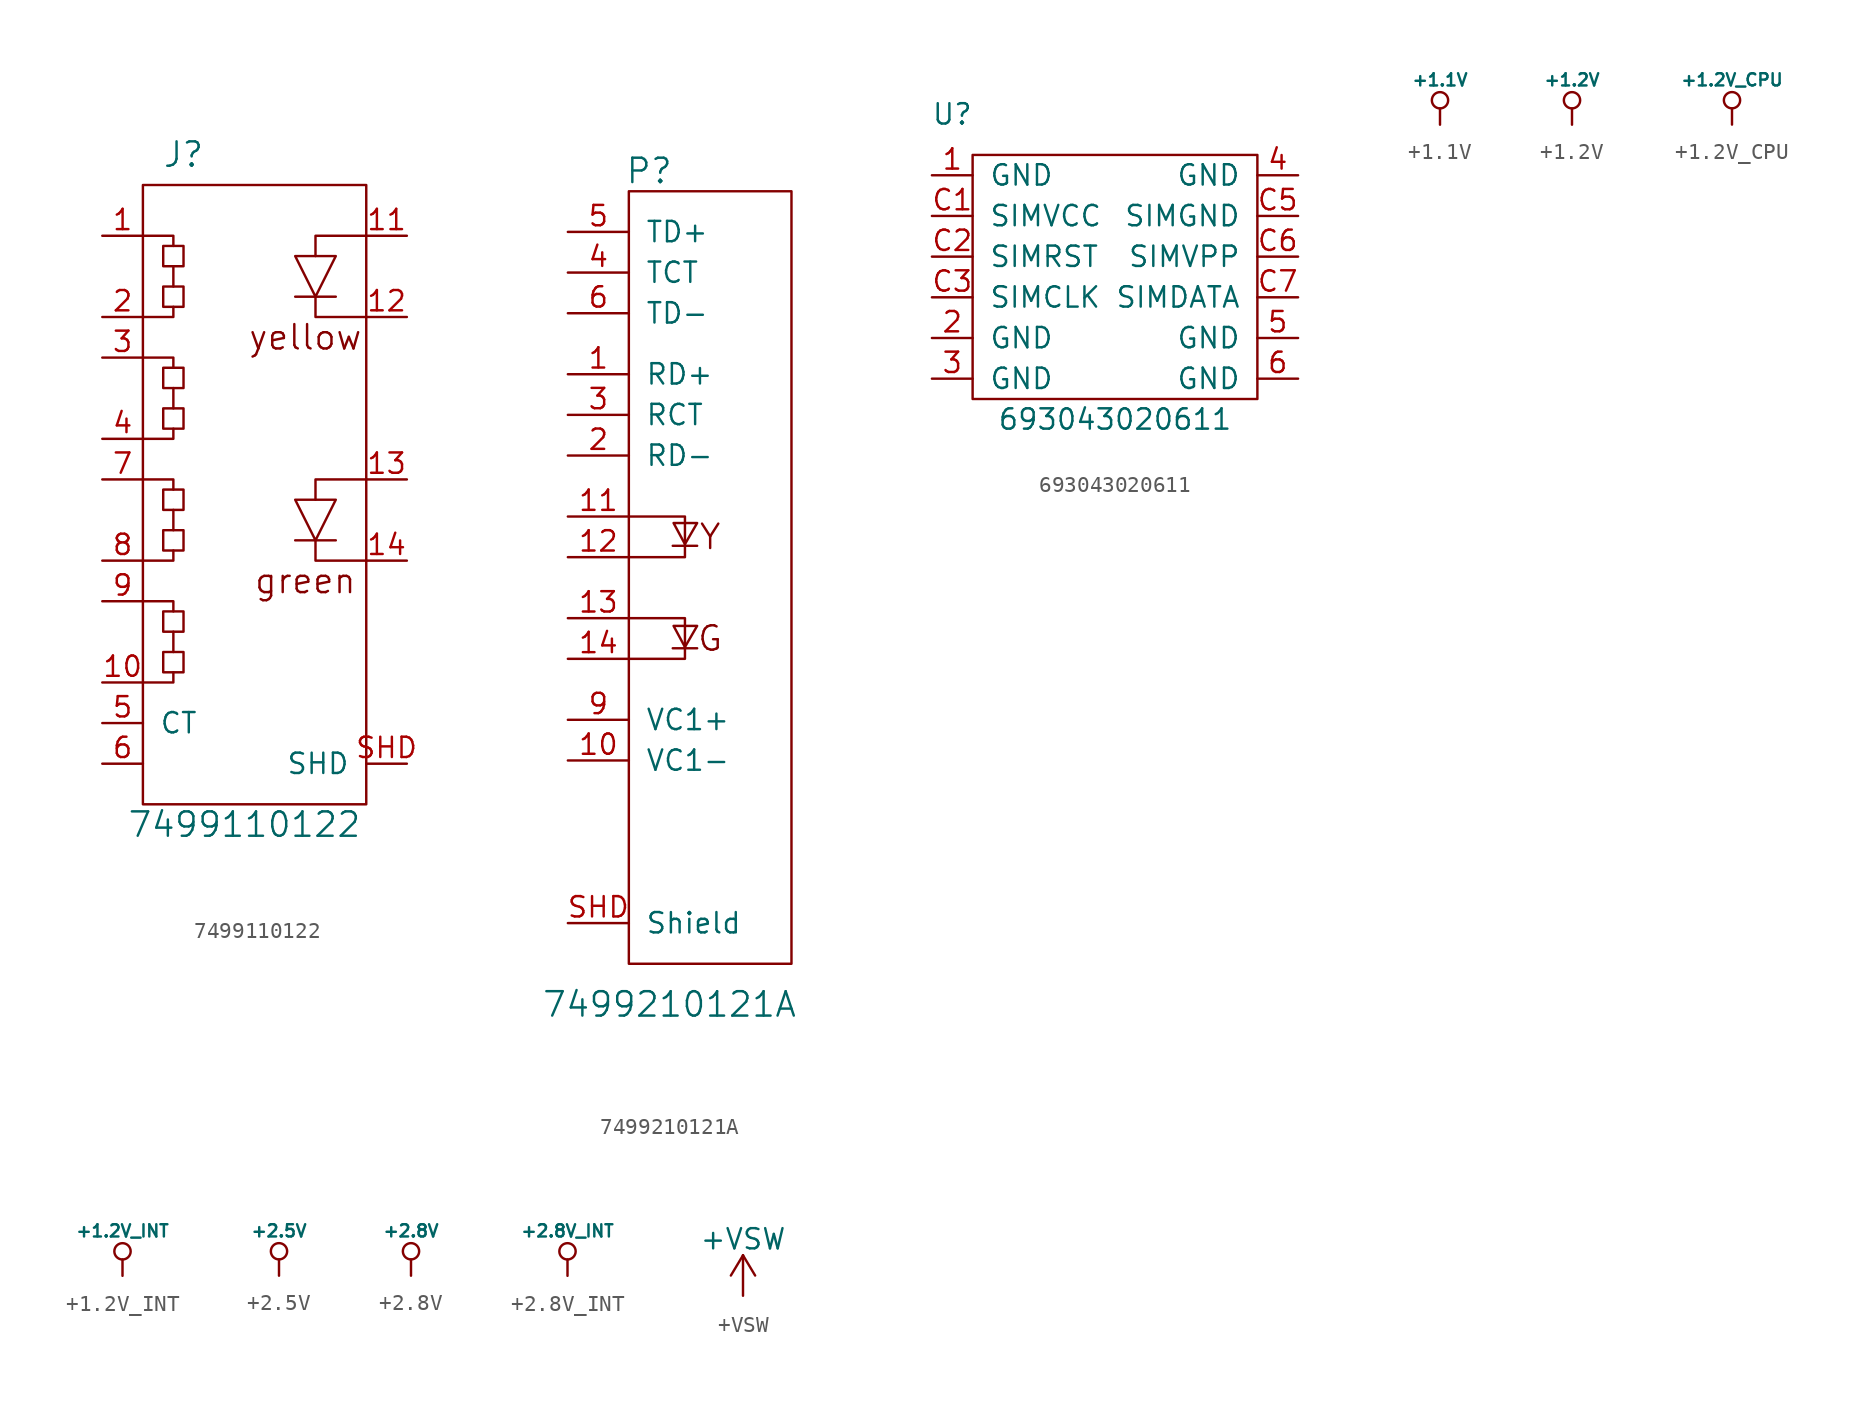
<source format=kicad_sym>
(kicad_symbol_lib
  (version 20211014)
  (generator kicad_symbol_editor)
  (symbol "7499110122"
    (pin_names
      (offset 1.016))
    (property "Reference" "J"
      (at -5.08 20.32 0)
      (effects (font (size 1.524 1.524))))
    (property "Value" "7499110122"
      (at -1.27 -21.59 0)
      (effects (font (size 1.524 1.524))))
    (symbol "7499110122_1_0"
      (text "green" (at 2.54 -6.35 0) (effects (font (size 1.524 1.524))))
      (text "yellow" (at 2.54 8.89 0) (effects (font (size 1.524 1.524)))))
    (symbol "7499110122_1_1"
      (rectangle (start -7.62 -20.32) (end 6.35 18.415) (stroke (width 0) (type default) (color 0 0 0 0)) (fill (type none)))
      (rectangle (start -6.35 -10.795) (end -5.08 -12.065) (stroke (width 0) (type default) (color 0 0 0 0)) (fill (type none)))
      (rectangle (start -6.35 -8.255) (end -5.08 -9.525) (stroke (width 0) (type default) (color 0 0 0 0)) (fill (type none)))
      (rectangle (start -6.35 -3.175) (end -5.08 -4.445) (stroke (width 0) (type default) (color 0 0 0 0)) (fill (type none)))
      (rectangle (start -6.35 -0.635) (end -5.08 -1.905) (stroke (width 0) (type default) (color 0 0 0 0)) (fill (type none)))
      (rectangle (start -6.35 4.445) (end -5.08 3.175) (stroke (width 0) (type default) (color 0 0 0 0)) (fill (type none)))
      (rectangle (start -6.35 6.985) (end -5.08 5.715) (stroke (width 0) (type default) (color 0 0 0 0)) (fill (type none)))
      (rectangle (start -6.35 12.065) (end -5.08 10.795) (stroke (width 0) (type default) (color 0 0 0 0)) (fill (type none)))
      (rectangle (start -6.35 14.605) (end -5.08 13.335) (stroke (width 0) (type default) (color 0 0 0 0)) (fill (type none)))
      (polyline (pts (xy -5.715 -9.525) (xy -5.715 -10.795)) (stroke (width 0) (type default) (color 0 0 0 0)) (fill (type none)))
      (polyline (pts (xy -5.715 -1.905) (xy -5.715 -3.175)) (stroke (width 0) (type default) (color 0 0 0 0)) (fill (type none)))
      (polyline (pts (xy -5.715 5.715) (xy -5.715 4.445)) (stroke (width 0) (type default) (color 0 0 0 0)) (fill (type none)))
      (polyline (pts (xy -5.715 13.335) (xy -5.715 12.065)) (stroke (width 0) (type default) (color 0 0 0 0)) (fill (type none)))
      (polyline (pts (xy 1.905 -3.81) (xy 4.445 -3.81)) (stroke (width 0) (type default) (color 0 0 0 0)) (fill (type none)))
      (polyline (pts (xy 1.905 11.43) (xy 4.445 11.43)) (stroke (width 0) (type default) (color 0 0 0 0)) (fill (type none)))
      (polyline (pts (xy -7.62 -12.7) (xy -5.715 -12.7) (xy -5.715 -12.065)) (stroke (width 0) (type default) (color 0 0 0 0)) (fill (type none)))
      (polyline (pts (xy -7.62 -5.08) (xy -5.715 -5.08) (xy -5.715 -4.445)) (stroke (width 0) (type default) (color 0 0 0 0)) (fill (type none)))
      (polyline (pts (xy -7.62 2.54) (xy -5.715 2.54) (xy -5.715 3.175)) (stroke (width 0) (type default) (color 0 0 0 0)) (fill (type none)))
      (polyline (pts (xy -7.62 10.16) (xy -5.715 10.16) (xy -5.715 10.795)) (stroke (width 0) (type default) (color 0 0 0 0)) (fill (type none)))
      (polyline (pts (xy -5.715 -8.255) (xy -5.715 -7.62) (xy -7.62 -7.62)) (stroke (width 0) (type default) (color 0 0 0 0)) (fill (type none)))
      (polyline (pts (xy -5.715 -0.635) (xy -5.715 0) (xy -7.62 0)) (stroke (width 0) (type default) (color 0 0 0 0)) (fill (type none)))
      (polyline (pts (xy -5.715 6.985) (xy -5.715 7.62) (xy -7.62 7.62)) (stroke (width 0) (type default) (color 0 0 0 0)) (fill (type none)))
      (polyline (pts (xy -5.715 14.605) (xy -5.715 15.24) (xy -7.62 15.24)) (stroke (width 0) (type default) (color 0 0 0 0)) (fill (type none)))
      (polyline (pts (xy 3.175 -1.27) (xy 3.175 0) (xy 6.35 0)) (stroke (width 0) (type default) (color 0 0 0 0)) (fill (type none)))
      (polyline (pts (xy 3.175 13.97) (xy 3.175 15.24) (xy 6.35 15.24)) (stroke (width 0) (type default) (color 0 0 0 0)) (fill (type none)))
      (polyline (pts (xy 6.35 -5.08) (xy 3.175 -5.08) (xy 3.175 -3.81)) (stroke (width 0) (type default) (color 0 0 0 0)) (fill (type none)))
      (polyline (pts (xy 6.35 10.16) (xy 3.175 10.16) (xy 3.175 11.43)) (stroke (width 0) (type default) (color 0 0 0 0)) (fill (type none)))
      (polyline (pts (xy 1.905 -1.27) (xy 4.445 -1.27) (xy 3.175 -3.81) (xy 1.905 -1.27)) (stroke (width 0) (type default) (color 0 0 0 0)) (fill (type none)))
      (polyline (pts (xy 1.905 13.97) (xy 4.445 13.97) (xy 3.175 11.43) (xy 1.905 13.97)) (stroke (width 0) (type default) (color 0 0 0 0)) (fill (type none)))
      (pin passive line (at -10.16 15.24 0) (length 2.54) (name "~" (effects (font (size 1.27 1.27)))) (number "1" (effects (font (size 1.27 1.27)))))
      (pin passive line (at -10.16 -12.7 0) (length 2.54) (name "~" (effects (font (size 1.27 1.27)))) (number "10" (effects (font (size 1.27 1.27)))))
      (pin passive line (at 8.89 15.24 180) (length 2.54) (name "~" (effects (font (size 1.27 1.27)))) (number "11" (effects (font (size 1.27 1.27)))))
      (pin passive line (at 8.89 10.16 180) (length 2.54) (name "~" (effects (font (size 1.27 1.27)))) (number "12" (effects (font (size 1.27 1.27)))))
      (pin passive line (at 8.89 0 180) (length 2.54) (name "~" (effects (font (size 1.27 1.27)))) (number "13" (effects (font (size 1.27 1.27)))))
      (pin passive line (at 8.89 -5.08 180) (length 2.54) (name "~" (effects (font (size 1.27 1.27)))) (number "14" (effects (font (size 1.27 1.27)))))
      (pin passive line (at -10.16 10.16 0) (length 2.54) (name "~" (effects (font (size 1.27 1.27)))) (number "2" (effects (font (size 1.27 1.27)))))
      (pin passive line (at -10.16 7.62 0) (length 2.54) (name "~" (effects (font (size 1.27 1.27)))) (number "3" (effects (font (size 1.27 1.27)))))
      (pin passive line (at -10.16 2.54 0) (length 2.54) (name "~" (effects (font (size 1.27 1.27)))) (number "4" (effects (font (size 1.27 1.27)))))
      (pin passive line (at -10.16 -15.24 0) (length 2.54) (name "CT" (effects (font (size 1.27 1.27)))) (number "5" (effects (font (size 1.27 1.27)))))
      (pin passive line (at -10.16 -17.78 0) (length 2.54) (name "~" (effects (font (size 1.27 1.27)))) (number "6" (effects (font (size 1.27 1.27)))))
      (pin passive line (at -10.16 0 0) (length 2.54) (name "~" (effects (font (size 1.27 1.27)))) (number "7" (effects (font (size 1.27 1.27)))))
      (pin passive line (at -10.16 -5.08 0) (length 2.54) (name "~" (effects (font (size 1.27 1.27)))) (number "8" (effects (font (size 1.27 1.27)))))
      (pin passive line (at -10.16 -7.62 0) (length 2.54) (name "~" (effects (font (size 1.27 1.27)))) (number "9" (effects (font (size 1.27 1.27)))))
      (pin passive line (at 8.89 -17.78 180) (length 2.54) (name "SHD" (effects (font (size 1.27 1.27)))) (number "SHD" (effects (font (size 1.27 1.27)))))))
  (symbol "7499210121A"
    (pin_names
      (offset 1.016))
    (property "Reference" "P"
      (at -8.89 19.05 0)
      (effects (font (size 1.524 1.524))))
    (property "Value" "7499210121A"
      (at -7.62 -33.02 0)
      (effects (font (size 1.524 1.524))))
    (property "Footprint" ""
      (at 0 0 0)
      (effects (font (size 1.524 1.524))))
    (property "Datasheet" ""
      (at 0 0 0)
      (effects (font (size 1.524 1.524))))
    (symbol "7499210121A_0_0"
      (text "G" (at -5.08 -10.16 0) (effects (font (size 1.524 1.524))))
      (text "Y" (at -5.08 -3.81 0) (effects (font (size 1.524 1.524)))))
    (symbol "7499210121A_0_1"
      (rectangle (start -10.16 17.78) (end 0 -30.48) (stroke (width 0) (type default) (color 0 0 0 0)) (fill (type none)))
      (polyline (pts (xy -7.417 -10.77) (xy -5.893 -10.77)) (stroke (width 0) (type default) (color 0 0 0 0)) (fill (type none)))
      (polyline (pts (xy -7.417 -4.369) (xy -5.893 -4.369)) (stroke (width 0) (type default) (color 0 0 0 0)) (fill (type none)))
      (polyline (pts (xy -10.16 -8.89) (xy -6.655 -8.89) (xy -6.655 -11.43) (xy -10.16 -11.43)) (stroke (width 0) (type default) (color 0 0 0 0)) (fill (type none)))
      (polyline (pts (xy -10.16 -2.54) (xy -6.655 -2.54) (xy -6.655 -5.08) (xy -10.16 -5.08)) (stroke (width 0) (type default) (color 0 0 0 0)) (fill (type none)))
      (polyline (pts (xy -6.655 -10.693) (xy -7.366 -9.373) (xy -5.893 -9.373) (xy -6.655 -10.693)) (stroke (width 0) (type default) (color 0 0 0 0)) (fill (type none)))
      (polyline (pts (xy -6.655 -4.267) (xy -7.366 -2.946) (xy -5.893 -2.946) (xy -6.655 -4.267)) (stroke (width 0) (type default) (color 0 0 0 0)) (fill (type none))))
    (symbol "7499210121A_1_1"
      (pin passive line (at -13.97 6.35 0) (length 3.81) (name "RD+" (effects (font (size 1.27 1.27)))) (number "1" (effects (font (size 1.27 1.27)))))
      (pin passive line (at -13.97 -17.78 0) (length 3.81) (name "VC1-" (effects (font (size 1.27 1.27)))) (number "10" (effects (font (size 1.27 1.27)))))
      (pin passive line (at -13.97 -2.54 0) (length 3.81) (name "~" (effects (font (size 1.27 1.27)))) (number "11" (effects (font (size 1.27 1.27)))))
      (pin passive line (at -13.97 -5.08 0) (length 3.81) (name "~" (effects (font (size 1.27 1.27)))) (number "12" (effects (font (size 1.27 1.27)))))
      (pin passive line (at -13.97 -8.89 0) (length 3.81) (name "~" (effects (font (size 1.27 1.27)))) (number "13" (effects (font (size 1.27 1.27)))))
      (pin passive line (at -13.97 -11.43 0) (length 3.81) (name "~" (effects (font (size 1.27 1.27)))) (number "14" (effects (font (size 1.27 1.27)))))
      (pin passive line (at -13.97 1.27 0) (length 3.81) (name "RD-" (effects (font (size 1.27 1.27)))) (number "2" (effects (font (size 1.27 1.27)))))
      (pin passive line (at -13.97 3.81 0) (length 3.81) (name "RCT" (effects (font (size 1.27 1.27)))) (number "3" (effects (font (size 1.27 1.27)))))
      (pin passive line (at -13.97 12.7 0) (length 3.81) (name "TCT" (effects (font (size 1.27 1.27)))) (number "4" (effects (font (size 1.27 1.27)))))
      (pin passive line (at -13.97 15.24 0) (length 3.81) (name "TD+" (effects (font (size 1.27 1.27)))) (number "5" (effects (font (size 1.27 1.27)))))
      (pin passive line (at -13.97 10.16 0) (length 3.81) (name "TD-" (effects (font (size 1.27 1.27)))) (number "6" (effects (font (size 1.27 1.27)))))
      (pin passive line (at -13.97 -15.24 0) (length 3.81) (name "VC1+" (effects (font (size 1.27 1.27)))) (number "9" (effects (font (size 1.27 1.27)))))
      (pin passive line (at -13.97 -27.94 0) (length 3.81) (name "Shield" (effects (font (size 1.27 1.27)))) (number "SHD" (effects (font (size 1.27 1.27)))))))
  (symbol "693043020611"
    (pin_names
      (offset 1.016))
    (property "Reference" "U"
      (at -10.16 10.16 0)
      (effects (font (size 1.27 1.27))))
    (property "Value" "693043020611"
      (at 0 -8.89 0)
      (effects (font (size 1.27 1.27))))
    (symbol "693043020611_0_1"
      (rectangle (start -8.89 7.62) (end 8.89 -7.62) (stroke (width 0) (type default) (color 0 0 0 0)) (fill (type none))))
    (symbol "693043020611_1_1"
      (pin passive line (at -11.43 6.35 0) (length 2.54) (name "GND" (effects (font (size 1.27 1.27)))) (number "1" (effects (font (size 1.27 1.27)))))
      (pin passive line (at -11.43 -3.81 0) (length 2.54) (name "GND" (effects (font (size 1.27 1.27)))) (number "2" (effects (font (size 1.27 1.27)))))
      (pin passive line (at -11.43 -6.35 0) (length 2.54) (name "GND" (effects (font (size 1.27 1.27)))) (number "3" (effects (font (size 1.27 1.27)))))
      (pin passive line (at 11.43 6.35 180) (length 2.54) (name "GND" (effects (font (size 1.27 1.27)))) (number "4" (effects (font (size 1.27 1.27)))))
      (pin passive line (at 11.43 -3.81 180) (length 2.54) (name "GND" (effects (font (size 1.27 1.27)))) (number "5" (effects (font (size 1.27 1.27)))))
      (pin passive line (at 11.43 -6.35 180) (length 2.54) (name "GND" (effects (font (size 1.27 1.27)))) (number "6" (effects (font (size 1.27 1.27)))))
      (pin passive line (at -11.43 3.81 0) (length 2.54) (name "SIMVCC" (effects (font (size 1.27 1.27)))) (number "C1" (effects (font (size 1.27 1.27)))))
      (pin passive line (at -11.43 1.27 0) (length 2.54) (name "SIMRST" (effects (font (size 1.27 1.27)))) (number "C2" (effects (font (size 1.27 1.27)))))
      (pin passive line (at -11.43 -1.27 0) (length 2.54) (name "SIMCLK" (effects (font (size 1.27 1.27)))) (number "C3" (effects (font (size 1.27 1.27)))))
      (pin passive line (at 11.43 3.81 180) (length 2.54) (name "SIMGND" (effects (font (size 1.27 1.27)))) (number "C5" (effects (font (size 1.27 1.27)))))
      (pin passive line (at 11.43 1.27 180) (length 2.54) (name "SIMVPP" (effects (font (size 1.27 1.27)))) (number "C6" (effects (font (size 1.27 1.27)))))
      (pin passive line (at 11.43 -1.27 180) (length 2.54) (name "SIMDATA" (effects (font (size 1.27 1.27)))) (number "C7" (effects (font (size 1.27 1.27)))))))
  (symbol "+1.1V"
    (power)
    (pin_names
      (offset 0))
    (property "Reference" "#PWR"
      (at 0 3.556 0)
      (effects (font (size 0.508 0.508)) hide))
    (property "Value" "+1.1V"
      (at 0 2.794 0)
      (effects (font (size 0.762 0.762))))
    (property "Footprint" ""
      (at 0 0 0)
      (effects (font (size 1.524 1.524))))
    (property "Datasheet" ""
      (at 0 0 0)
      (effects (font (size 1.524 1.524))))
    (symbol "+1.1V_0_0"
      (polyline (pts (xy 0 0) (xy 0 1.016) (xy 0 1.016)) (stroke (width 0) (type default) (color 0 0 0 0)) (fill (type none)))
      (pin power_in line (at 0 0 90) (length 0) hide (name "+1.1V" (effects (font (size 0.508 0.508)))) (number "1" (effects (font (size 0.508 0.508))))))
    (symbol "+1.1V_0_1"
      (circle (center 0 1.524) (radius 0.508) (stroke (width 0) (type default) (color 0 0 0 0)) (fill (type none)))))
  (symbol "+1.2V"
    (power)
    (pin_names
      (offset 0))
    (property "Reference" "#PWR"
      (at 0 3.556 0)
      (effects (font (size 0.508 0.508)) hide))
    (property "Value" "+1.2V"
      (at 0 2.794 0)
      (effects (font (size 0.762 0.762))))
    (property "Footprint" ""
      (at 0 0 0)
      (effects (font (size 1.524 1.524))))
    (property "Datasheet" ""
      (at 0 0 0)
      (effects (font (size 1.524 1.524))))
    (symbol "+1.2V_0_0"
      (polyline (pts (xy 0 0) (xy 0 1.016) (xy 0 1.016)) (stroke (width 0) (type default) (color 0 0 0 0)) (fill (type none)))
      (pin power_in line (at 0 0 90) (length 0) hide (name "+1.2V" (effects (font (size 0.508 0.508)))) (number "1" (effects (font (size 0.508 0.508))))))
    (symbol "+1.2V_0_1"
      (circle (center 0 1.524) (radius 0.508) (stroke (width 0) (type default) (color 0 0 0 0)) (fill (type none)))))
  (symbol "+1.2V_CPU"
    (power)
    (pin_names
      (offset 0))
    (property "Reference" "#PWR"
      (at 0 3.556 0)
      (effects (font (size 0.508 0.508)) hide))
    (property "Value" "+1.2V_CPU"
      (at 0 2.794 0)
      (effects (font (size 0.762 0.762))))
    (property "Footprint" ""
      (at 0 0 0)
      (effects (font (size 1.524 1.524))))
    (property "Datasheet" ""
      (at 0 0 0)
      (effects (font (size 1.524 1.524))))
    (symbol "+1.2V_CPU_0_0"
      (polyline (pts (xy 0 0) (xy 0 1.016) (xy 0 1.016)) (stroke (width 0) (type default) (color 0 0 0 0)) (fill (type none)))
      (pin power_in line (at 0 0 90) (length 0) hide (name "+1.2V_CPU" (effects (font (size 0.508 0.508)))) (number "1" (effects (font (size 0.508 0.508))))))
    (symbol "+1.2V_CPU_0_1"
      (circle (center 0 1.524) (radius 0.508) (stroke (width 0) (type default) (color 0 0 0 0)) (fill (type none)))))
  (symbol "+1.2V_INT"
    (power)
    (pin_names
      (offset 0))
    (property "Reference" "#PWR"
      (at 0 3.556 0)
      (effects (font (size 0.508 0.508)) hide))
    (property "Value" "+1.2V_INT"
      (at 0 2.794 0)
      (effects (font (size 0.762 0.762))))
    (property "Footprint" ""
      (at 0 0 0)
      (effects (font (size 1.524 1.524))))
    (property "Datasheet" ""
      (at 0 0 0)
      (effects (font (size 1.524 1.524))))
    (symbol "+1.2V_INT_0_0"
      (polyline (pts (xy 0 0) (xy 0 1.016) (xy 0 1.016)) (stroke (width 0) (type default) (color 0 0 0 0)) (fill (type none)))
      (pin power_in line (at 0 0 90) (length 0) hide (name "+1.2V_INT" (effects (font (size 0.508 0.508)))) (number "1" (effects (font (size 0.508 0.508))))))
    (symbol "+1.2V_INT_0_1"
      (circle (center 0 1.524) (radius 0.508) (stroke (width 0) (type default) (color 0 0 0 0)) (fill (type none)))))
  (symbol "+2.5V"
    (power)
    (pin_names
      (offset 0))
    (property "Reference" "#PWR"
      (at 0 3.556 0)
      (effects (font (size 0.508 0.508)) hide))
    (property "Value" "+2.5V"
      (at 0 2.794 0)
      (effects (font (size 0.762 0.762))))
    (property "Footprint" ""
      (at 0 0 0)
      (effects (font (size 1.524 1.524))))
    (property "Datasheet" ""
      (at 0 0 0)
      (effects (font (size 1.524 1.524))))
    (symbol "+2.5V_0_0"
      (polyline (pts (xy 0 0) (xy 0 1.016) (xy 0 1.016)) (stroke (width 0) (type default) (color 0 0 0 0)) (fill (type none)))
      (pin power_in line (at 0 0 90) (length 0) hide (name "+2.5V" (effects (font (size 0.508 0.508)))) (number "1" (effects (font (size 0.508 0.508))))))
    (symbol "+2.5V_0_1"
      (circle (center 0 1.524) (radius 0.508) (stroke (width 0) (type default) (color 0 0 0 0)) (fill (type none)))))
  (symbol "+2.8V"
    (power)
    (pin_names
      (offset 0))
    (property "Reference" "#PWR"
      (at 0 3.556 0)
      (effects (font (size 0.508 0.508)) hide))
    (property "Value" "+2.8V"
      (at 0 2.794 0)
      (effects (font (size 0.762 0.762))))
    (property "Footprint" ""
      (at 0 0 0)
      (effects (font (size 1.524 1.524))))
    (property "Datasheet" ""
      (at 0 0 0)
      (effects (font (size 1.524 1.524))))
    (symbol "+2.8V_0_0"
      (polyline (pts (xy 0 0) (xy 0 1.016) (xy 0 1.016)) (stroke (width 0) (type default) (color 0 0 0 0)) (fill (type none)))
      (pin power_in line (at 0 0 90) (length 0) hide (name "+2.8V" (effects (font (size 0.508 0.508)))) (number "1" (effects (font (size 0.508 0.508))))))
    (symbol "+2.8V_0_1"
      (circle (center 0 1.524) (radius 0.508) (stroke (width 0) (type default) (color 0 0 0 0)) (fill (type none)))))
  (symbol "+2.8V_INT"
    (power)
    (pin_names
      (offset 0))
    (property "Reference" "#PWR"
      (at 0 3.556 0)
      (effects (font (size 0.508 0.508)) hide))
    (property "Value" "+2.8V_INT"
      (at 0 2.794 0)
      (effects (font (size 0.762 0.762))))
    (property "Footprint" ""
      (at 0 0 0)
      (effects (font (size 1.524 1.524))))
    (property "Datasheet" ""
      (at 0 0 0)
      (effects (font (size 1.524 1.524))))
    (symbol "+2.8V_INT_0_0"
      (polyline (pts (xy 0 0) (xy 0 1.016) (xy 0 1.016)) (stroke (width 0) (type default) (color 0 0 0 0)) (fill (type none)))
      (pin power_in line (at 0 0 90) (length 0) hide (name "+2.8V_INT" (effects (font (size 0.508 0.508)))) (number "1" (effects (font (size 0.508 0.508))))))
    (symbol "+2.8V_INT_0_1"
      (circle (center 0 1.524) (radius 0.508) (stroke (width 0) (type default) (color 0 0 0 0)) (fill (type none)))))
  (symbol "+VSW"
    (power)
    (pin_names
      (offset 0))
    (property "Reference" "#PWR"
      (at 0 -3.81 0)
      (effects (font (size 1.27 1.27)) hide))
    (property "Value" "+VSW"
      (at 0 3.556 0)
      (effects (font (size 1.27 1.27))))
    (symbol "+VSW_0_1"
      (polyline (pts (xy -0.762 1.27) (xy 0 2.54)) (stroke (width 0) (type default) (color 0 0 0 0)) (fill (type none)))
      (polyline (pts (xy 0 0) (xy 0 2.54)) (stroke (width 0) (type default) (color 0 0 0 0)) (fill (type none)))
      (polyline (pts (xy 0 2.54) (xy 0.762 1.27)) (stroke (width 0) (type default) (color 0 0 0 0)) (fill (type none))))
    (symbol "+VSW_1_1"
      (pin power_in line (at 0 0 90) (length 0) hide (name "+VSW" (effects (font (size 1.27 1.27)))) (number "1" (effects (font (size 1.27 1.27))))))))
</source>
